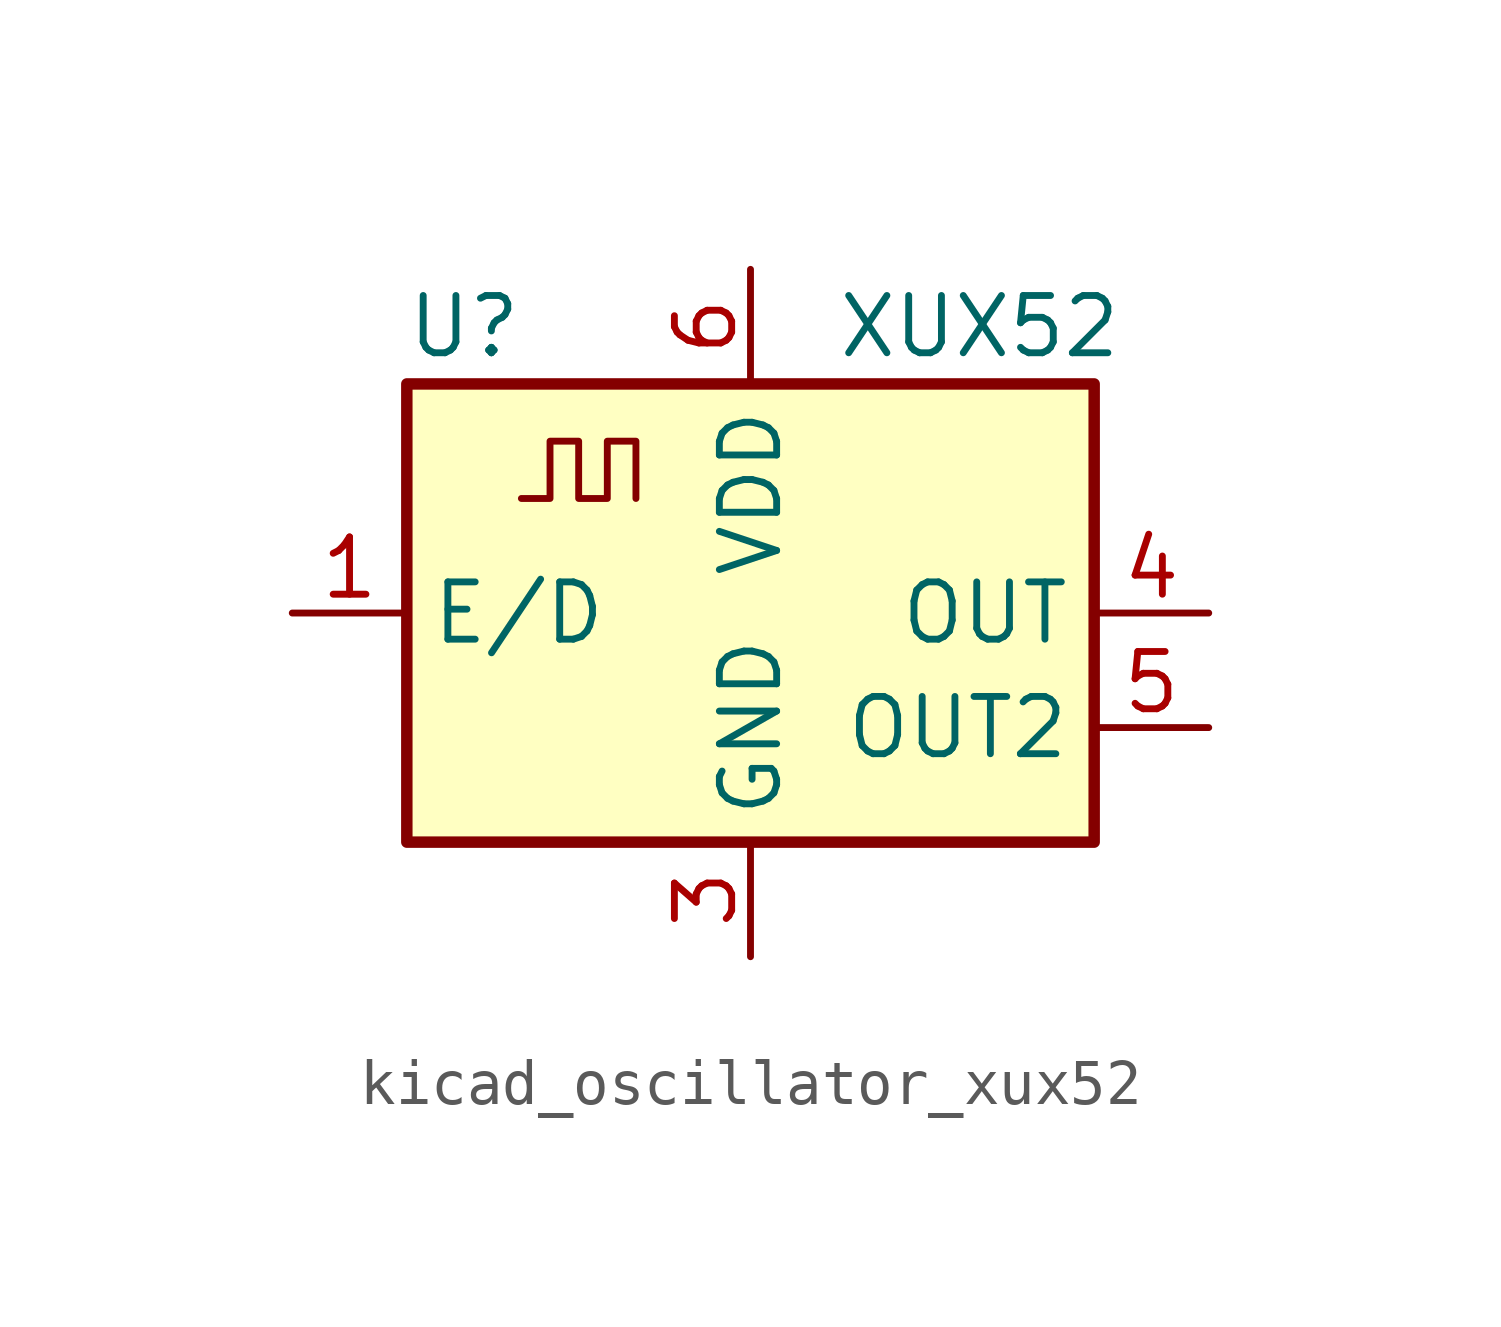
<source format=kicad_sym>
(kicad_symbol_lib
  (version 20220914)
  (generator kicad_symbol_editor)
  (symbol "kicad_oscillator_xux52"
    (property "Reference" "U"
      (at -6.35 6.35 0)
      (effects (font (size 1.27 1.27))))
    (property "Value" "XUX52"
      (at 5.08 6.35 0)
      (effects (font (size 1.27 1.27))))
    (symbol "kicad_oscillator_xux52_0_1"
      (rectangle (start -7.62 5.08) (end 7.62 -5.08) (stroke (width 0.254) (type default)) (fill (type background)))
      (polyline (pts (xy -5.08 2.54) (xy -4.445 2.54) (xy -4.445 3.81) (xy -3.81 3.81) (xy -3.81 2.54) (xy -3.175 2.54) (xy -3.175 3.81) (xy -2.54 3.81) (xy -2.54 2.54)) (stroke (width 0) (type default)) (fill (type none))))
    (symbol "kicad_oscillator_xux52_1_1"
      (pin input line (at -10.16 0 0) (length 2.54) (name "E/D" (effects (font (size 1.27 1.27)))) (number "1" (effects (font (size 1.27 1.27)))))
      (pin no_connect line (at -7.62 -2.54 0) (length 2.54) hide (name "NC" (effects (font (size 1.27 1.27)))) (number "2" (effects (font (size 1.27 1.27)))))
      (pin power_in line (at 0 -7.62 90) (length 2.54) (name "GND" (effects (font (size 1.27 1.27)))) (number "3" (effects (font (size 1.27 1.27)))))
      (pin output line (at 10.16 0 180) (length 2.54) (name "OUT" (effects (font (size 1.27 1.27)))) (number "4" (effects (font (size 1.27 1.27)))))
      (pin output line (at 10.16 -2.54 180) (length 2.54) (name "OUT2" (effects (font (size 1.27 1.27)))) (number "5" (effects (font (size 1.27 1.27)))))
      (pin power_in line (at 0 7.62 270) (length 2.54) (name "VDD" (effects (font (size 1.27 1.27)))) (number "6" (effects (font (size 1.27 1.27))))))))
</source>
